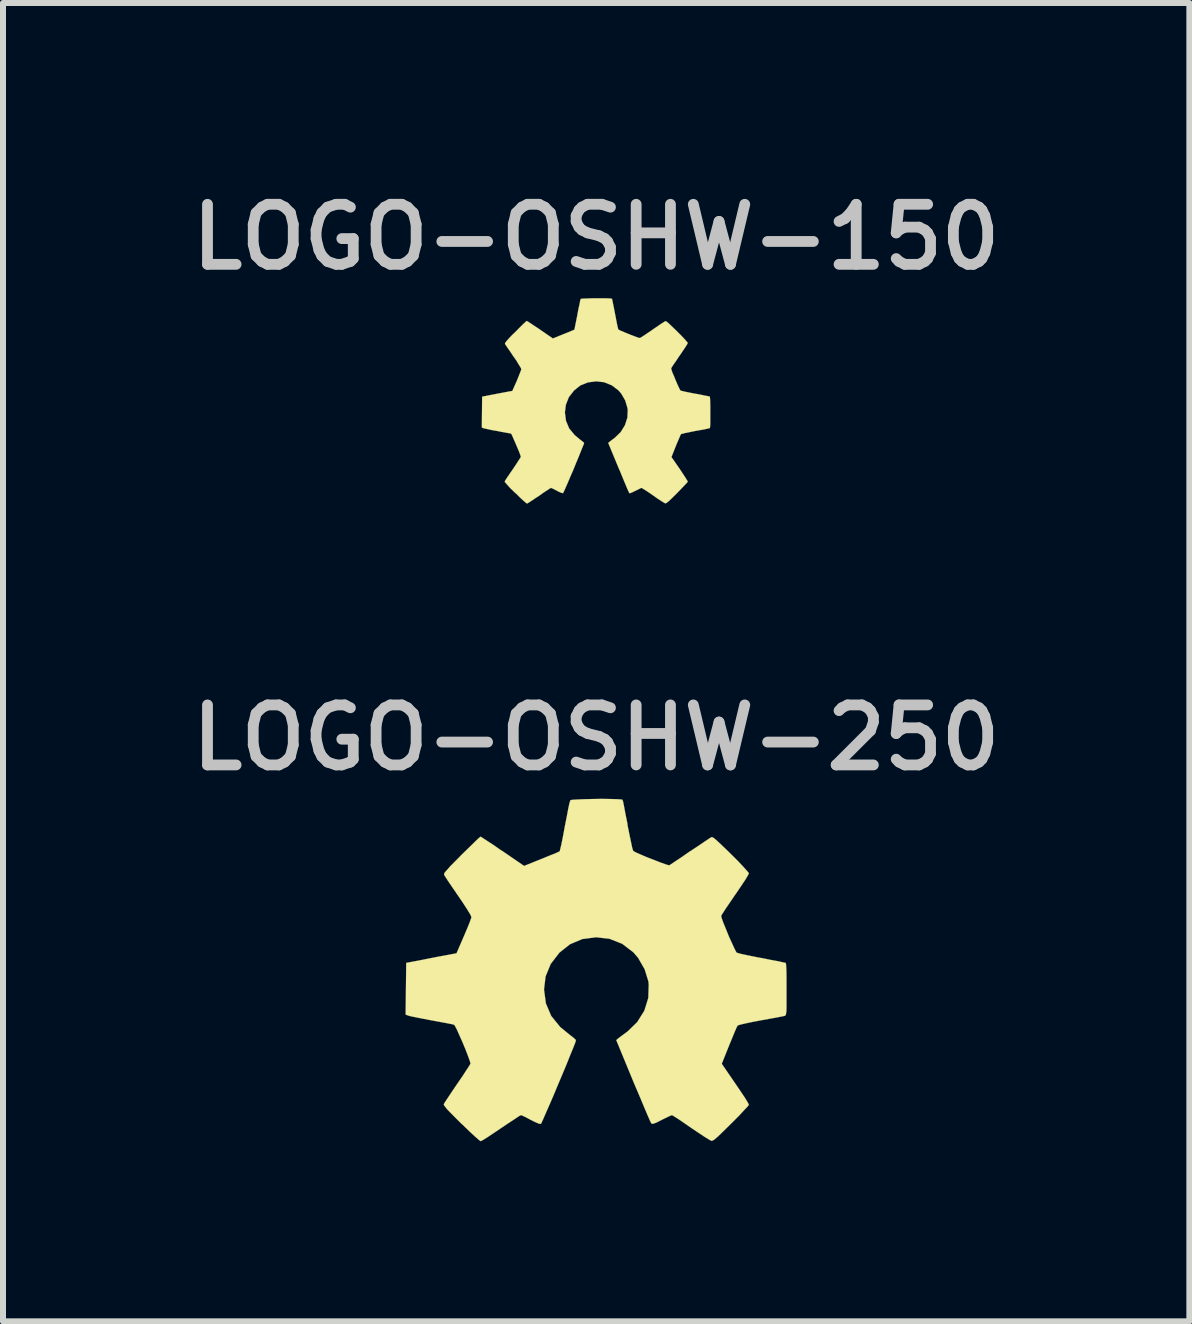
<source format=kicad_pcb>
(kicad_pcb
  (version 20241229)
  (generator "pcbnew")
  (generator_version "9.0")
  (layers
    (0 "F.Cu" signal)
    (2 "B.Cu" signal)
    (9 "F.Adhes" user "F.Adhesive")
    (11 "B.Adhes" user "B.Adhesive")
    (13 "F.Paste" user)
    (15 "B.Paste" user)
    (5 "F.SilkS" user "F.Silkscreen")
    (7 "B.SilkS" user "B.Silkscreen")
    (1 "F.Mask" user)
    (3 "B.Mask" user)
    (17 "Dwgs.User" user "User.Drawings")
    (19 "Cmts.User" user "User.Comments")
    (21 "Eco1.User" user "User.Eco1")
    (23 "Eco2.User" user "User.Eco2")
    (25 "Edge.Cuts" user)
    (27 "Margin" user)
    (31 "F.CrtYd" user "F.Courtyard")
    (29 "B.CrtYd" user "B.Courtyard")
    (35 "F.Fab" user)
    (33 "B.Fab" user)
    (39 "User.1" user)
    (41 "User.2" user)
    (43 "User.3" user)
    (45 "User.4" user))
  (footprint "LOGO-OSHW-150"
    (layer "F.Cu")
    (at 6.884 3.822)
    (property "Reference" "LOGO-OSHW-150" (at 0 -2.921 0) (layer "Dwgs.User") (effects (font (size 1 1) (thickness 0.18))))
    (attr through_hole)
    (fp_poly (pts (xy -1.153 1.519) (xy -1.133 1.509) (xy -1.09 1.481) (xy -1.026 1.438) (xy -0.95 1.389) (xy -0.876 1.336) (xy -0.813 1.295) (xy -0.77 1.267) (xy -0.752 1.257) (xy -0.742 1.262) (xy -0.706 1.278) (xy -0.653 1.306) (xy -0.625 1.321) (xy -0.577 1.341) (xy -0.551 1.346) (xy -0.549 1.339) (xy -0.531 1.303) (xy -0.503 1.24) (xy -0.467 1.158) (xy -0.427 1.062) (xy -0.381 0.958) (xy -0.338 0.851) (xy -0.295 0.749) (xy -0.259 0.658) (xy -0.229 0.584) (xy -0.208 0.533) (xy -0.201 0.511) (xy -0.203 0.505) (xy -0.229 0.483) (xy -0.269 0.452) (xy -0.358 0.378) (xy -0.45 0.267) (xy -0.503 0.14) (xy -0.521 0) (xy -0.505 -0.127) (xy -0.455 -0.254) (xy -0.368 -0.366) (xy -0.262 -0.45) (xy -0.137 -0.5) (xy 0 -0.518) (xy 0.132 -0.503) (xy 0.259 -0.452) (xy 0.371 -0.368) (xy 0.419 -0.312) (xy 0.485 -0.198) (xy 0.521 -0.076) (xy 0.526 -0.046) (xy 0.521 0.086) (xy 0.48 0.213) (xy 0.409 0.328) (xy 0.312 0.422) (xy 0.3 0.432) (xy 0.254 0.465) (xy 0.224 0.49) (xy 0.201 0.508) (xy 0.371 0.919) (xy 0.399 0.983) (xy 0.445 1.095) (xy 0.485 1.191) (xy 0.518 1.27) (xy 0.541 1.321) (xy 0.551 1.341) (xy 0.551 1.344) (xy 0.566 1.346) (xy 0.599 1.333) (xy 0.655 1.306) (xy 0.693 1.288) (xy 0.737 1.265) (xy 0.757 1.257) (xy 0.772 1.267) (xy 0.815 1.293) (xy 0.876 1.333) (xy 0.95 1.384) (xy 1.019 1.433) (xy 1.085 1.476) (xy 1.13 1.504) (xy 1.153 1.516) (xy 1.156 1.516) (xy 1.176 1.506) (xy 1.214 1.476) (xy 1.27 1.422) (xy 1.349 1.344) (xy 1.361 1.331) (xy 1.425 1.265) (xy 1.478 1.209) (xy 1.514 1.171) (xy 1.527 1.153) (xy 1.514 1.13) (xy 1.486 1.085) (xy 1.443 1.019) (xy 1.392 0.942) (xy 1.255 0.744) (xy 1.328 0.559) (xy 1.351 0.503) (xy 1.382 0.432) (xy 1.402 0.384) (xy 1.415 0.361) (xy 1.435 0.356) (xy 1.486 0.343) (xy 1.56 0.328) (xy 1.648 0.31) (xy 1.732 0.295) (xy 1.808 0.282) (xy 1.862 0.269) (xy 1.887 0.264) (xy 1.892 0.262) (xy 1.897 0.249) (xy 1.9 0.224) (xy 1.902 0.178) (xy 1.902 0.107) (xy 1.902 0) (xy 1.902 -0.008) (xy 1.902 -0.109) (xy 1.9 -0.188) (xy 1.897 -0.241) (xy 1.895 -0.262) (xy 1.872 -0.269) (xy 1.816 -0.279) (xy 1.742 -0.295) (xy 1.651 -0.312) (xy 1.646 -0.312) (xy 1.554 -0.33) (xy 1.481 -0.345) (xy 1.427 -0.358) (xy 1.405 -0.366) (xy 1.4 -0.371) (xy 1.382 -0.406) (xy 1.356 -0.462) (xy 1.326 -0.531) (xy 1.298 -0.602) (xy 1.27 -0.665) (xy 1.255 -0.711) (xy 1.25 -0.734) (xy 1.262 -0.757) (xy 1.293 -0.803) (xy 1.339 -0.869) (xy 1.389 -0.945) (xy 1.394 -0.95) (xy 1.445 -1.026) (xy 1.488 -1.09) (xy 1.516 -1.135) (xy 1.527 -1.158) (xy 1.509 -1.181) (xy 1.471 -1.224) (xy 1.415 -1.283) (xy 1.349 -1.349) (xy 1.326 -1.372) (xy 1.252 -1.443) (xy 1.201 -1.491) (xy 1.168 -1.516) (xy 1.153 -1.521) (xy 1.13 -1.506) (xy 1.082 -1.476) (xy 1.016 -1.43) (xy 0.94 -1.379) (xy 0.935 -1.374) (xy 0.859 -1.323) (xy 0.795 -1.28) (xy 0.749 -1.25) (xy 0.729 -1.24) (xy 0.726 -1.24) (xy 0.696 -1.247) (xy 0.643 -1.267) (xy 0.574 -1.293) (xy 0.505 -1.321) (xy 0.439 -1.349) (xy 0.391 -1.369) (xy 0.371 -1.382) (xy 0.368 -1.384) (xy 0.361 -1.412) (xy 0.348 -1.468) (xy 0.333 -1.547) (xy 0.315 -1.641) (xy 0.312 -1.654) (xy 0.295 -1.745) (xy 0.279 -1.821) (xy 0.269 -1.872) (xy 0.264 -1.892) (xy 0.251 -1.897) (xy 0.206 -1.9) (xy 0.14 -1.902) (xy 0.056 -1.902) (xy -0.028 -1.902) (xy -0.112 -1.9) (xy -0.183 -1.897) (xy -0.236 -1.895) (xy -0.257 -1.89) (xy -0.267 -1.859) (xy -0.277 -1.803) (xy -0.295 -1.725) (xy -0.312 -1.631) (xy -0.315 -1.615) (xy -0.333 -1.524) (xy -0.348 -1.45) (xy -0.358 -1.4) (xy -0.363 -1.379) (xy -0.373 -1.374) (xy -0.409 -1.359) (xy -0.47 -1.333) (xy -0.546 -1.303) (xy -0.721 -1.232) (xy -0.935 -1.379) (xy -0.953 -1.392) (xy -1.031 -1.443) (xy -1.095 -1.486) (xy -1.138 -1.514) (xy -1.156 -1.524) (xy -1.158 -1.524) (xy -1.179 -1.506) (xy -1.222 -1.466) (xy -1.278 -1.41) (xy -1.346 -1.341) (xy -1.397 -1.293) (xy -1.455 -1.232) (xy -1.491 -1.191) (xy -1.511 -1.166) (xy -1.519 -1.151) (xy -1.519 -1.14) (xy -1.504 -1.118) (xy -1.473 -1.072) (xy -1.427 -1.006) (xy -1.377 -0.93) (xy -1.333 -0.869) (xy -1.288 -0.795) (xy -1.257 -0.744) (xy -1.247 -0.719) (xy -1.25 -0.709) (xy -1.265 -0.668) (xy -1.29 -0.605) (xy -1.321 -0.528) (xy -1.397 -0.358) (xy -1.506 -0.338) (xy -1.575 -0.325) (xy -1.669 -0.307) (xy -1.758 -0.29) (xy -1.9 -0.262) (xy -1.905 0.251) (xy -1.882 0.262) (xy -1.862 0.267) (xy -1.808 0.279) (xy -1.735 0.295) (xy -1.648 0.31) (xy -1.572 0.325) (xy -1.499 0.338) (xy -1.443 0.348) (xy -1.42 0.353) (xy -1.412 0.361) (xy -1.394 0.399) (xy -1.369 0.457) (xy -1.339 0.526) (xy -1.308 0.599) (xy -1.28 0.665) (xy -1.262 0.716) (xy -1.255 0.742) (xy -1.267 0.762) (xy -1.295 0.805) (xy -1.336 0.869) (xy -1.387 0.945) (xy -1.438 1.019) (xy -1.481 1.082) (xy -1.511 1.128) (xy -1.524 1.151) (xy -1.519 1.163) (xy -1.488 1.199) (xy -1.433 1.26) (xy -1.349 1.341) (xy -1.333 1.354) (xy -1.267 1.42) (xy -1.212 1.471) (xy -1.171 1.506) (xy -1.153 1.519)) (stroke (width 0.003) (type solid)) (fill yes) (layer "F.SilkS")))
  (footprint "LOGO-OSHW-250"
    (layer "F.Cu")
    (at 6.884 13.434)
    (property "Reference" "LOGO-OSHW-250" (at 0 -4.191 0) (layer "Dwgs.User") (effects (font (size 1 1) (thickness 0.18))))
    (attr through_hole)
    (fp_poly (pts (xy -1.925 2.532) (xy -1.89 2.515) (xy -1.816 2.469) (xy -1.709 2.398) (xy -1.585 2.314) (xy -1.46 2.23) (xy -1.356 2.162) (xy -1.283 2.113) (xy -1.252 2.098) (xy -1.237 2.103) (xy -1.176 2.131) (xy -1.09 2.177) (xy -1.041 2.202) (xy -0.96 2.238) (xy -0.922 2.245) (xy -0.914 2.233) (xy -0.886 2.172) (xy -0.841 2.068) (xy -0.78 1.93) (xy -0.711 1.77) (xy -0.638 1.595) (xy -0.564 1.42) (xy -0.493 1.25) (xy -0.432 1.097) (xy -0.381 0.973) (xy -0.348 0.889) (xy -0.338 0.851) (xy -0.34 0.843) (xy -0.381 0.805) (xy -0.45 0.752) (xy -0.599 0.63) (xy -0.749 0.445) (xy -0.838 0.236) (xy -0.869 0.003) (xy -0.843 -0.213) (xy -0.757 -0.422) (xy -0.612 -0.61) (xy -0.437 -0.749) (xy -0.231 -0.836) (xy 0 -0.866) (xy 0.221 -0.841) (xy 0.434 -0.757) (xy 0.62 -0.615) (xy 0.699 -0.523) (xy 0.808 -0.333) (xy 0.871 -0.13) (xy 0.876 -0.076) (xy 0.869 0.145) (xy 0.803 0.358) (xy 0.683 0.549) (xy 0.521 0.706) (xy 0.5 0.721) (xy 0.424 0.777) (xy 0.373 0.815) (xy 0.335 0.848) (xy 0.617 1.532) (xy 0.663 1.641) (xy 0.742 1.826) (xy 0.81 1.989) (xy 0.864 2.116) (xy 0.902 2.202) (xy 0.919 2.235) (xy 0.922 2.238) (xy 0.945 2.243) (xy 0.998 2.225) (xy 1.092 2.177) (xy 1.156 2.146) (xy 1.229 2.111) (xy 1.262 2.098) (xy 1.29 2.113) (xy 1.359 2.156) (xy 1.46 2.225) (xy 1.582 2.309) (xy 1.699 2.388) (xy 1.806 2.459) (xy 1.885 2.507) (xy 1.923 2.527) (xy 1.928 2.527) (xy 1.963 2.51) (xy 2.024 2.459) (xy 2.116 2.37) (xy 2.248 2.24) (xy 2.268 2.22) (xy 2.377 2.111) (xy 2.464 2.017) (xy 2.525 1.953) (xy 2.545 1.923) (xy 2.525 1.885) (xy 2.477 1.806) (xy 2.405 1.699) (xy 2.319 1.572) (xy 2.093 1.242) (xy 2.217 0.932) (xy 2.256 0.838) (xy 2.304 0.721) (xy 2.339 0.64) (xy 2.357 0.605) (xy 2.393 0.592) (xy 2.477 0.572) (xy 2.598 0.546) (xy 2.746 0.518) (xy 2.885 0.493) (xy 3.012 0.47) (xy 3.104 0.452) (xy 3.145 0.442) (xy 3.155 0.437) (xy 3.162 0.417) (xy 3.17 0.373) (xy 3.172 0.297) (xy 3.172 0.178) (xy 3.172 0.003) (xy 3.172 -0.015) (xy 3.172 -0.183) (xy 3.17 -0.315) (xy 3.165 -0.404) (xy 3.16 -0.437) (xy 3.157 -0.439) (xy 3.119 -0.447) (xy 3.03 -0.467) (xy 2.903 -0.49) (xy 2.753 -0.521) (xy 2.743 -0.521) (xy 2.593 -0.551) (xy 2.466 -0.577) (xy 2.38 -0.597) (xy 2.342 -0.61) (xy 2.334 -0.62) (xy 2.304 -0.678) (xy 2.261 -0.772) (xy 2.21 -0.884) (xy 2.162 -1.003) (xy 2.118 -1.11) (xy 2.09 -1.189) (xy 2.083 -1.224) (xy 2.106 -1.262) (xy 2.156 -1.339) (xy 2.23 -1.448) (xy 2.316 -1.575) (xy 2.324 -1.585) (xy 2.41 -1.712) (xy 2.482 -1.819) (xy 2.527 -1.895) (xy 2.545 -1.93) (xy 2.545 -1.933) (xy 2.517 -1.968) (xy 2.451 -2.042) (xy 2.36 -2.139) (xy 2.248 -2.25) (xy 2.212 -2.286) (xy 2.088 -2.405) (xy 2.004 -2.484) (xy 1.951 -2.527) (xy 1.925 -2.535) (xy 1.923 -2.535) (xy 1.885 -2.512) (xy 1.806 -2.459) (xy 1.697 -2.385) (xy 1.567 -2.299) (xy 1.557 -2.294) (xy 1.433 -2.207) (xy 1.326 -2.136) (xy 1.25 -2.085) (xy 1.217 -2.065) (xy 1.212 -2.065) (xy 1.161 -2.08) (xy 1.069 -2.113) (xy 0.96 -2.156) (xy 0.841 -2.202) (xy 0.734 -2.248) (xy 0.655 -2.283) (xy 0.617 -2.306) (xy 0.602 -2.352) (xy 0.582 -2.446) (xy 0.554 -2.578) (xy 0.523 -2.733) (xy 0.521 -2.758) (xy 0.49 -2.911) (xy 0.467 -3.035) (xy 0.45 -3.122) (xy 0.439 -3.157) (xy 0.419 -3.162) (xy 0.345 -3.167) (xy 0.231 -3.17) (xy 0.097 -3.172) (xy -0.048 -3.17) (xy -0.188 -3.167) (xy -0.307 -3.162) (xy -0.394 -3.157) (xy -0.429 -3.15) (xy -0.445 -3.101) (xy -0.465 -3.007) (xy -0.49 -2.875) (xy -0.521 -2.718) (xy -0.526 -2.692) (xy -0.554 -2.54) (xy -0.579 -2.416) (xy -0.599 -2.332) (xy -0.607 -2.299) (xy -0.622 -2.291) (xy -0.683 -2.263) (xy -0.785 -2.223) (xy -0.909 -2.172) (xy -1.201 -2.055) (xy -1.557 -2.299) (xy -1.59 -2.319) (xy -1.717 -2.408) (xy -1.824 -2.477) (xy -1.897 -2.525) (xy -1.928 -2.543) (xy -1.93 -2.54) (xy -1.966 -2.51) (xy -2.035 -2.443) (xy -2.131 -2.349) (xy -2.245 -2.238) (xy -2.327 -2.154) (xy -2.426 -2.055) (xy -2.487 -1.986) (xy -2.522 -1.946) (xy -2.535 -1.918) (xy -2.53 -1.9) (xy -2.507 -1.864) (xy -2.456 -1.786) (xy -2.383 -1.679) (xy -2.296 -1.552) (xy -2.225 -1.448) (xy -2.146 -1.326) (xy -2.095 -1.242) (xy -2.078 -1.199) (xy -2.083 -1.184) (xy -2.108 -1.113) (xy -2.151 -1.008) (xy -2.205 -0.881) (xy -2.327 -0.599) (xy -2.512 -0.564) (xy -2.624 -0.544) (xy -2.781 -0.513) (xy -2.931 -0.483) (xy -3.165 -0.439) (xy -3.175 0.422) (xy -3.137 0.437) (xy -3.104 0.447) (xy -3.018 0.465) (xy -2.893 0.49) (xy -2.746 0.518) (xy -2.621 0.541) (xy -2.497 0.564) (xy -2.405 0.582) (xy -2.367 0.592) (xy -2.357 0.605) (xy -2.324 0.665) (xy -2.281 0.762) (xy -2.23 0.876) (xy -2.179 0.998) (xy -2.136 1.11) (xy -2.106 1.194) (xy -2.093 1.237) (xy -2.111 1.27) (xy -2.159 1.344) (xy -2.228 1.45) (xy -2.314 1.575) (xy -2.398 1.699) (xy -2.469 1.806) (xy -2.52 1.882) (xy -2.54 1.918) (xy -2.53 1.941) (xy -2.482 2.002) (xy -2.388 2.098) (xy -2.248 2.238) (xy -2.225 2.258) (xy -2.113 2.367) (xy -2.019 2.454) (xy -1.953 2.512) (xy -1.925 2.532)) (stroke (width 0.003) (type solid)) (fill yes) (layer "F.SilkS")))
  (gr_rect
    (start -3 -3)
    (end 16.769 18.968)
    (stroke (width 0.1) (type default))
    (fill no)
    (layer "Edge.Cuts")))
</source>
